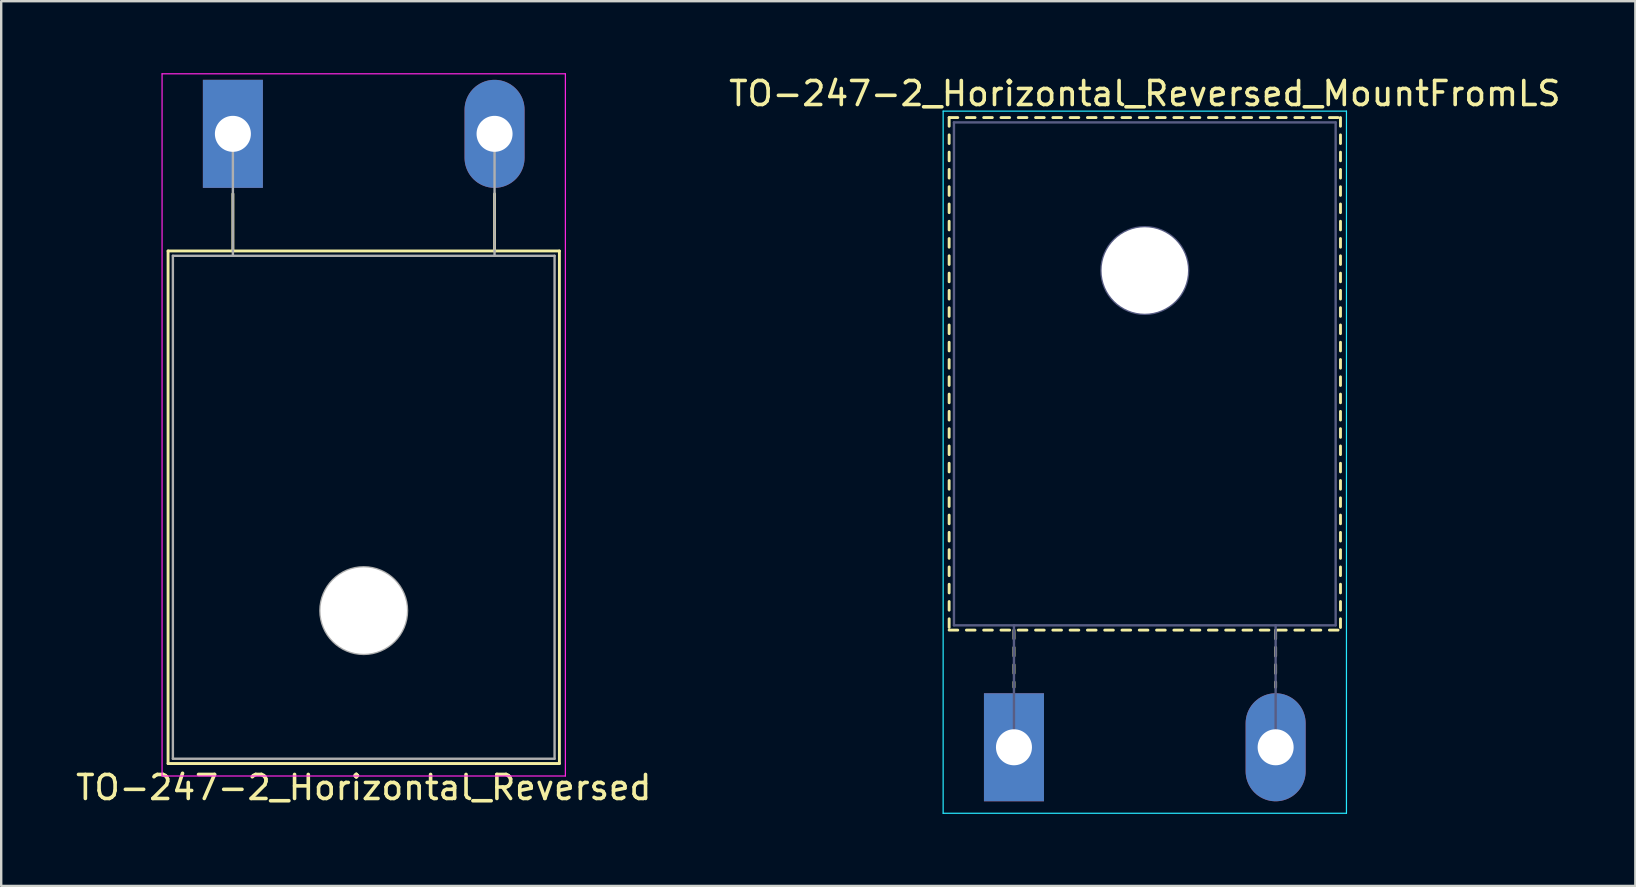
<source format=kicad_pcb>
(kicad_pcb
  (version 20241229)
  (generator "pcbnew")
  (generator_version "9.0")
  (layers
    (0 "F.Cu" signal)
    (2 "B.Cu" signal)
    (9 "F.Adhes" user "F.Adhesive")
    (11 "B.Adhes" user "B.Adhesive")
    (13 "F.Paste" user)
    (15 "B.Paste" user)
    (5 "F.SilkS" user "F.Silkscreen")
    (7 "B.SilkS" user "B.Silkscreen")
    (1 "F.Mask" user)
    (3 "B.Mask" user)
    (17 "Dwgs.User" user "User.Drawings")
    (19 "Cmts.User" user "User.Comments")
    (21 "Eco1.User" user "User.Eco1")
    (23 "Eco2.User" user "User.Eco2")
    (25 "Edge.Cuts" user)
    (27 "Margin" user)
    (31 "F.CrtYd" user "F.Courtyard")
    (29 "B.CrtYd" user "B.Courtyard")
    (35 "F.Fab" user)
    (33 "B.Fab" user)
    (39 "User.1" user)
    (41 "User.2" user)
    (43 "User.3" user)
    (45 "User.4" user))
  (footprint "TO-247-2_Horizontal_Reversed_MountFromLS"
    (layer "F.Cu")
    (at 39.187 28.078)
    (property "Reference" "TO-247-2_Horizontal_Reversed_MountFromLS" (at 5.45 -27.23 0) (layer "F.SilkS") (effects (font (size 1 1) (thickness 0.15))))
    (attr through_hole)
    (fp_line (start -2.7 -26.23) (end -2.7 -25.87) (stroke (width 0.12) (type solid)) (layer "F.SilkS"))
    (fp_line (start -2.7 -26.23) (end -2.341 -26.23) (stroke (width 0.12) (type solid)) (layer "F.SilkS"))
    (fp_line (start -2.7 -25.51) (end -2.7 -25.15) (stroke (width 0.12) (type solid)) (layer "F.SilkS"))
    (fp_line (start -2.7 -24.79) (end -2.7 -24.43) (stroke (width 0.12) (type solid)) (layer "F.SilkS"))
    (fp_line (start -2.7 -24.07) (end -2.7 -23.71) (stroke (width 0.12) (type solid)) (layer "F.SilkS"))
    (fp_line (start -2.7 -23.35) (end -2.7 -22.99) (stroke (width 0.12) (type solid)) (layer "F.SilkS"))
    (fp_line (start -2.7 -22.631) (end -2.7 -22.271) (stroke (width 0.12) (type solid)) (layer "F.SilkS"))
    (fp_line (start -2.7 -21.911) (end -2.7 -21.551) (stroke (width 0.12) (type solid)) (layer "F.SilkS"))
    (fp_line (start -2.7 -21.191) (end -2.7 -20.831) (stroke (width 0.12) (type solid)) (layer "F.SilkS"))
    (fp_line (start -2.7 -20.471) (end -2.7 -20.111) (stroke (width 0.12) (type solid)) (layer "F.SilkS"))
    (fp_line (start -2.7 -19.751) (end -2.7 -19.391) (stroke (width 0.12) (type solid)) (layer "F.SilkS"))
    (fp_line (start -2.7 -19.031) (end -2.7 -18.671) (stroke (width 0.12) (type solid)) (layer "F.SilkS"))
    (fp_line (start -2.7 -18.311) (end -2.7 -17.951) (stroke (width 0.12) (type solid)) (layer "F.SilkS"))
    (fp_line (start -2.7 -17.591) (end -2.7 -17.231) (stroke (width 0.12) (type solid)) (layer "F.SilkS"))
    (fp_line (start -2.7 -16.871) (end -2.7 -16.511) (stroke (width 0.12) (type solid)) (layer "F.SilkS"))
    (fp_line (start -2.7 -16.151) (end -2.7 -15.791) (stroke (width 0.12) (type solid)) (layer "F.SilkS"))
    (fp_line (start -2.7 -15.431) (end -2.7 -15.071) (stroke (width 0.12) (type solid)) (layer "F.SilkS"))
    (fp_line (start -2.7 -14.711) (end -2.7 -14.351) (stroke (width 0.12) (type solid)) (layer "F.SilkS"))
    (fp_line (start -2.7 -13.991) (end -2.7 -13.631) (stroke (width 0.12) (type solid)) (layer "F.SilkS"))
    (fp_line (start -2.7 -13.271) (end -2.7 -12.911) (stroke (width 0.12) (type solid)) (layer "F.SilkS"))
    (fp_line (start -2.7 -12.551) (end -2.7 -12.191) (stroke (width 0.12) (type solid)) (layer "F.SilkS"))
    (fp_line (start -2.7 -11.831) (end -2.7 -11.471) (stroke (width 0.12) (type solid)) (layer "F.SilkS"))
    (fp_line (start -2.7 -11.111) (end -2.7 -10.751) (stroke (width 0.12) (type solid)) (layer "F.SilkS"))
    (fp_line (start -2.7 -10.391) (end -2.7 -10.031) (stroke (width 0.12) (type solid)) (layer "F.SilkS"))
    (fp_line (start -2.7 -9.671) (end -2.7 -9.311) (stroke (width 0.12) (type solid)) (layer "F.SilkS"))
    (fp_line (start -2.7 -8.951) (end -2.7 -8.591) (stroke (width 0.12) (type solid)) (layer "F.SilkS"))
    (fp_line (start -2.7 -8.231) (end -2.7 -7.871) (stroke (width 0.12) (type solid)) (layer "F.SilkS"))
    (fp_line (start -2.7 -7.511) (end -2.7 -7.151) (stroke (width 0.12) (type solid)) (layer "F.SilkS"))
    (fp_line (start -2.7 -6.791) (end -2.7 -6.431) (stroke (width 0.12) (type solid)) (layer "F.SilkS"))
    (fp_line (start -2.7 -6.071) (end -2.7 -5.711) (stroke (width 0.12) (type solid)) (layer "F.SilkS"))
    (fp_line (start -2.7 -5.351) (end -2.7 -4.991) (stroke (width 0.12) (type solid)) (layer "F.SilkS"))
    (fp_line (start -2.7 -4.88) (end -2.341 -4.88) (stroke (width 0.12) (type solid)) (layer "F.SilkS"))
    (fp_line (start -1.981 -26.23) (end -1.621 -26.23) (stroke (width 0.12) (type solid)) (layer "F.SilkS"))
    (fp_line (start -1.981 -4.88) (end -1.621 -4.88) (stroke (width 0.12) (type solid)) (layer "F.SilkS"))
    (fp_line (start -1.261 -26.23) (end -0.901 -26.23) (stroke (width 0.12) (type solid)) (layer "F.SilkS"))
    (fp_line (start -1.261 -4.88) (end -0.901 -4.88) (stroke (width 0.12) (type solid)) (layer "F.SilkS"))
    (fp_line (start -0.541 -26.23) (end -0.181 -26.23) (stroke (width 0.12) (type solid)) (layer "F.SilkS"))
    (fp_line (start -0.541 -4.88) (end -0.181 -4.88) (stroke (width 0.12) (type solid)) (layer "F.SilkS"))
    (fp_line (start 0 -4.88) (end 0 -4.52) (stroke (width 0.12) (type solid)) (layer "F.SilkS"))
    (fp_line (start 0 -4.16) (end 0 -3.8) (stroke (width 0.12) (type solid)) (layer "F.SilkS"))
    (fp_line (start 0 -3.44) (end 0 -3.08) (stroke (width 0.12) (type solid)) (layer "F.SilkS"))
    (fp_line (start 0 -2.72) (end 0 -2.5) (stroke (width 0.12) (type solid)) (layer "F.SilkS"))
    (fp_line (start 0.18 -26.23) (end 0.54 -26.23) (stroke (width 0.12) (type solid)) (layer "F.SilkS"))
    (fp_line (start 0.18 -4.88) (end 0.54 -4.88) (stroke (width 0.12) (type solid)) (layer "F.SilkS"))
    (fp_line (start 0.9 -26.23) (end 1.26 -26.23) (stroke (width 0.12) (type solid)) (layer "F.SilkS"))
    (fp_line (start 0.9 -4.88) (end 1.26 -4.88) (stroke (width 0.12) (type solid)) (layer "F.SilkS"))
    (fp_line (start 1.62 -26.23) (end 1.98 -26.23) (stroke (width 0.12) (type solid)) (layer "F.SilkS"))
    (fp_line (start 1.62 -4.88) (end 1.98 -4.88) (stroke (width 0.12) (type solid)) (layer "F.SilkS"))
    (fp_line (start 2.34 -26.23) (end 2.7 -26.23) (stroke (width 0.12) (type solid)) (layer "F.SilkS"))
    (fp_line (start 2.34 -4.88) (end 2.7 -4.88) (stroke (width 0.12) (type solid)) (layer "F.SilkS"))
    (fp_line (start 3.06 -26.23) (end 3.42 -26.23) (stroke (width 0.12) (type solid)) (layer "F.SilkS"))
    (fp_line (start 3.06 -4.88) (end 3.42 -4.88) (stroke (width 0.12) (type solid)) (layer "F.SilkS"))
    (fp_line (start 3.78 -26.23) (end 4.14 -26.23) (stroke (width 0.12) (type solid)) (layer "F.SilkS"))
    (fp_line (start 3.78 -4.88) (end 4.14 -4.88) (stroke (width 0.12) (type solid)) (layer "F.SilkS"))
    (fp_line (start 4.5 -26.23) (end 4.86 -26.23) (stroke (width 0.12) (type solid)) (layer "F.SilkS"))
    (fp_line (start 4.5 -4.88) (end 4.86 -4.88) (stroke (width 0.12) (type solid)) (layer "F.SilkS"))
    (fp_line (start 5.22 -26.23) (end 5.58 -26.23) (stroke (width 0.12) (type solid)) (layer "F.SilkS"))
    (fp_line (start 5.22 -4.88) (end 5.58 -4.88) (stroke (width 0.12) (type solid)) (layer "F.SilkS"))
    (fp_line (start 5.94 -26.23) (end 6.301 -26.23) (stroke (width 0.12) (type solid)) (layer "F.SilkS"))
    (fp_line (start 5.94 -4.88) (end 6.301 -4.88) (stroke (width 0.12) (type solid)) (layer "F.SilkS"))
    (fp_line (start 6.661 -26.23) (end 7.021 -26.23) (stroke (width 0.12) (type solid)) (layer "F.SilkS"))
    (fp_line (start 6.661 -4.88) (end 7.021 -4.88) (stroke (width 0.12) (type solid)) (layer "F.SilkS"))
    (fp_line (start 7.381 -26.23) (end 7.741 -26.23) (stroke (width 0.12) (type solid)) (layer "F.SilkS"))
    (fp_line (start 7.381 -4.88) (end 7.741 -4.88) (stroke (width 0.12) (type solid)) (layer "F.SilkS"))
    (fp_line (start 8.101 -26.23) (end 8.46 -26.23) (stroke (width 0.12) (type solid)) (layer "F.SilkS"))
    (fp_line (start 8.101 -4.88) (end 8.46 -4.88) (stroke (width 0.12) (type solid)) (layer "F.SilkS"))
    (fp_line (start 8.82 -26.23) (end 9.18 -26.23) (stroke (width 0.12) (type solid)) (layer "F.SilkS"))
    (fp_line (start 8.82 -4.88) (end 9.18 -4.88) (stroke (width 0.12) (type solid)) (layer "F.SilkS"))
    (fp_line (start 9.54 -26.23) (end 9.9 -26.23) (stroke (width 0.12) (type solid)) (layer "F.SilkS"))
    (fp_line (start 9.54 -4.88) (end 9.9 -4.88) (stroke (width 0.12) (type solid)) (layer "F.SilkS"))
    (fp_line (start 10.26 -26.23) (end 10.62 -26.23) (stroke (width 0.12) (type solid)) (layer "F.SilkS"))
    (fp_line (start 10.26 -4.88) (end 10.62 -4.88) (stroke (width 0.12) (type solid)) (layer "F.SilkS"))
    (fp_line (start 10.9 -4.88) (end 10.9 -4.52) (stroke (width 0.12) (type solid)) (layer "F.SilkS"))
    (fp_line (start 10.9 -4.16) (end 10.9 -3.8) (stroke (width 0.12) (type solid)) (layer "F.SilkS"))
    (fp_line (start 10.9 -3.44) (end 10.9 -3.08) (stroke (width 0.12) (type solid)) (layer "F.SilkS"))
    (fp_line (start 10.9 -2.72) (end 10.9 -2.5) (stroke (width 0.12) (type solid)) (layer "F.SilkS"))
    (fp_line (start 10.98 -26.23) (end 11.34 -26.23) (stroke (width 0.12) (type solid)) (layer "F.SilkS"))
    (fp_line (start 10.98 -4.88) (end 11.34 -4.88) (stroke (width 0.12) (type solid)) (layer "F.SilkS"))
    (fp_line (start 11.7 -26.23) (end 12.06 -26.23) (stroke (width 0.12) (type solid)) (layer "F.SilkS"))
    (fp_line (start 11.7 -4.88) (end 12.06 -4.88) (stroke (width 0.12) (type solid)) (layer "F.SilkS"))
    (fp_line (start 12.42 -26.23) (end 12.78 -26.23) (stroke (width 0.12) (type solid)) (layer "F.SilkS"))
    (fp_line (start 12.42 -4.88) (end 12.78 -4.88) (stroke (width 0.12) (type solid)) (layer "F.SilkS"))
    (fp_line (start 13.14 -26.23) (end 13.5 -26.23) (stroke (width 0.12) (type solid)) (layer "F.SilkS"))
    (fp_line (start 13.14 -4.88) (end 13.5 -4.88) (stroke (width 0.12) (type solid)) (layer "F.SilkS"))
    (fp_line (start 13.601 -26.23) (end 13.601 -25.87) (stroke (width 0.12) (type solid)) (layer "F.SilkS"))
    (fp_line (start 13.601 -25.51) (end 13.601 -25.15) (stroke (width 0.12) (type solid)) (layer "F.SilkS"))
    (fp_line (start 13.601 -24.79) (end 13.601 -24.43) (stroke (width 0.12) (type solid)) (layer "F.SilkS"))
    (fp_line (start 13.601 -24.07) (end 13.601 -23.71) (stroke (width 0.12) (type solid)) (layer "F.SilkS"))
    (fp_line (start 13.601 -23.35) (end 13.601 -22.99) (stroke (width 0.12) (type solid)) (layer "F.SilkS"))
    (fp_line (start 13.601 -22.631) (end 13.601 -22.271) (stroke (width 0.12) (type solid)) (layer "F.SilkS"))
    (fp_line (start 13.601 -21.911) (end 13.601 -21.551) (stroke (width 0.12) (type solid)) (layer "F.SilkS"))
    (fp_line (start 13.601 -21.191) (end 13.601 -20.831) (stroke (width 0.12) (type solid)) (layer "F.SilkS"))
    (fp_line (start 13.601 -20.471) (end 13.601 -20.111) (stroke (width 0.12) (type solid)) (layer "F.SilkS"))
    (fp_line (start 13.601 -19.751) (end 13.601 -19.391) (stroke (width 0.12) (type solid)) (layer "F.SilkS"))
    (fp_line (start 13.601 -19.031) (end 13.601 -18.671) (stroke (width 0.12) (type solid)) (layer "F.SilkS"))
    (fp_line (start 13.601 -18.311) (end 13.601 -17.951) (stroke (width 0.12) (type solid)) (layer "F.SilkS"))
    (fp_line (start 13.601 -17.591) (end 13.601 -17.231) (stroke (width 0.12) (type solid)) (layer "F.SilkS"))
    (fp_line (start 13.601 -16.871) (end 13.601 -16.511) (stroke (width 0.12) (type solid)) (layer "F.SilkS"))
    (fp_line (start 13.601 -16.151) (end 13.601 -15.791) (stroke (width 0.12) (type solid)) (layer "F.SilkS"))
    (fp_line (start 13.601 -15.431) (end 13.601 -15.071) (stroke (width 0.12) (type solid)) (layer "F.SilkS"))
    (fp_line (start 13.601 -14.711) (end 13.601 -14.351) (stroke (width 0.12) (type solid)) (layer "F.SilkS"))
    (fp_line (start 13.601 -13.991) (end 13.601 -13.631) (stroke (width 0.12) (type solid)) (layer "F.SilkS"))
    (fp_line (start 13.601 -13.271) (end 13.601 -12.911) (stroke (width 0.12) (type solid)) (layer "F.SilkS"))
    (fp_line (start 13.601 -12.551) (end 13.601 -12.191) (stroke (width 0.12) (type solid)) (layer "F.SilkS"))
    (fp_line (start 13.601 -11.831) (end 13.601 -11.471) (stroke (width 0.12) (type solid)) (layer "F.SilkS"))
    (fp_line (start 13.601 -11.111) (end 13.601 -10.751) (stroke (width 0.12) (type solid)) (layer "F.SilkS"))
    (fp_line (start 13.601 -10.391) (end 13.601 -10.031) (stroke (width 0.12) (type solid)) (layer "F.SilkS"))
    (fp_line (start 13.601 -9.671) (end 13.601 -9.311) (stroke (width 0.12) (type solid)) (layer "F.SilkS"))
    (fp_line (start 13.601 -8.951) (end 13.601 -8.591) (stroke (width 0.12) (type solid)) (layer "F.SilkS"))
    (fp_line (start 13.601 -8.231) (end 13.601 -7.871) (stroke (width 0.12) (type solid)) (layer "F.SilkS"))
    (fp_line (start 13.601 -7.511) (end 13.601 -7.151) (stroke (width 0.12) (type solid)) (layer "F.SilkS"))
    (fp_line (start 13.601 -6.791) (end 13.601 -6.431) (stroke (width 0.12) (type solid)) (layer "F.SilkS"))
    (fp_line (start 13.601 -6.071) (end 13.601 -5.711) (stroke (width 0.12) (type solid)) (layer "F.SilkS"))
    (fp_line (start 13.601 -5.351) (end 13.601 -4.991) (stroke (width 0.12) (type solid)) (layer "F.SilkS"))
    (fp_line (start -2.95 -26.5) (end -2.95 2.75) (stroke (width 0.05) (type solid)) (layer "B.CrtYd"))
    (fp_line (start -2.95 2.75) (end 13.85 2.75) (stroke (width 0.05) (type solid)) (layer "B.CrtYd"))
    (fp_line (start 13.85 -26.5) (end -2.95 -26.5) (stroke (width 0.05) (type solid)) (layer "B.CrtYd"))
    (fp_line (start 13.85 2.75) (end 13.85 -26.5) (stroke (width 0.05) (type solid)) (layer "B.CrtYd"))
    (fp_line (start -2.5 -26.03) (end 13.4 -26.03) (stroke (width 0.1) (type solid)) (layer "B.Fab"))
    (fp_line (start -2.5 -5.08) (end -2.5 -26.03) (stroke (width 0.1) (type solid)) (layer "B.Fab"))
    (fp_line (start 0 -5.08) (end 0 0) (stroke (width 0.1) (type solid)) (layer "B.Fab"))
    (fp_line (start 10.9 -5.08) (end 10.9 0) (stroke (width 0.1) (type solid)) (layer "B.Fab"))
    (fp_line (start 13.4 -26.03) (end 13.4 -5.08) (stroke (width 0.1) (type solid)) (layer "B.Fab"))
    (fp_line (start 13.4 -5.08) (end -2.5 -5.08) (stroke (width 0.1) (type solid)) (layer "B.Fab"))
    (fp_circle (center 5.45 -19.86) (end 7.255 -19.86) (stroke (width 0.1) (type solid)) (fill no) (layer "B.Fab"))
    (pad "" np_thru_hole oval (at 5.45 -19.86) (size 3.6 3.6) (drill 3.6) (layers "*.Cu" "*.Mask"))
    (pad "1" thru_hole rect (at 0 0) (size 2.5 4.5) (drill 1.5) (layers "*.Cu" "*.Mask"))
    (pad "2" thru_hole oval (at 10.9 0) (size 2.5 4.5) (drill 1.5) (layers "*.Cu" "*.Mask")))
  (footprint "TO-247-2_Horizontal_Reversed"
    (layer "F.Cu")
    (at 6.651 2.525)
    (property "Reference" "TO-247-2_Horizontal_Reversed" (at 5.45 27.23 0) (layer "F.SilkS") (effects (font (size 1 1) (thickness 0.15))))
    (attr through_hole)
    (fp_line (start -2.7 4.88) (end -2.7 26.23) (stroke (width 0.12) (type solid)) (layer "F.SilkS"))
    (fp_line (start -2.7 4.88) (end 13.601 4.88) (stroke (width 0.12) (type solid)) (layer "F.SilkS"))
    (fp_line (start -2.7 26.23) (end 13.601 26.23) (stroke (width 0.12) (type solid)) (layer "F.SilkS"))
    (fp_line (start 0 2.5) (end 0 4.88) (stroke (width 0.12) (type solid)) (layer "F.SilkS"))
    (fp_line (start 10.9 2.5) (end 10.9 4.88) (stroke (width 0.12) (type solid)) (layer "F.SilkS"))
    (fp_line (start 13.601 4.88) (end 13.601 26.23) (stroke (width 0.12) (type solid)) (layer "F.SilkS"))
    (fp_line (start -2.95 -2.5) (end -2.95 26.75) (stroke (width 0.05) (type solid)) (layer "F.CrtYd"))
    (fp_line (start -2.95 26.75) (end 13.85 26.75) (stroke (width 0.05) (type solid)) (layer "F.CrtYd"))
    (fp_line (start 13.85 -2.5) (end -2.95 -2.5) (stroke (width 0.05) (type solid)) (layer "F.CrtYd"))
    (fp_line (start 13.85 26.75) (end 13.85 -2.5) (stroke (width 0.05) (type solid)) (layer "F.CrtYd"))
    (fp_line (start -2.5 5.08) (end -2.5 26.03) (stroke (width 0.1) (type solid)) (layer "F.Fab"))
    (fp_line (start -2.5 26.03) (end 13.4 26.03) (stroke (width 0.1) (type solid)) (layer "F.Fab"))
    (fp_line (start 0 5.08) (end 0 0) (stroke (width 0.1) (type solid)) (layer "F.Fab"))
    (fp_line (start 10.9 5.08) (end 10.9 0) (stroke (width 0.1) (type solid)) (layer "F.Fab"))
    (fp_line (start 13.4 5.08) (end -2.5 5.08) (stroke (width 0.1) (type solid)) (layer "F.Fab"))
    (fp_line (start 13.4 26.03) (end 13.4 5.08) (stroke (width 0.1) (type solid)) (layer "F.Fab"))
    (fp_circle (center 5.45 19.86) (end 7.255 19.86) (stroke (width 0.1) (type solid)) (fill no) (layer "F.Fab"))
    (pad "" np_thru_hole oval (at 5.45 19.86) (size 3.6 3.6) (drill 3.6) (layers "*.Cu" "*.Mask"))
    (pad "1" thru_hole rect (at 0 0) (size 2.5 4.5) (drill 1.5) (layers "*.Cu" "*.Mask"))
    (pad "2" thru_hole oval (at 10.9 0) (size 2.5 4.5) (drill 1.5) (layers "*.Cu" "*.Mask")))
  (gr_rect
    (start -3 -3)
    (end 65.071 33.853)
    (stroke (width 0.1) (type default))
    (fill no)
    (layer "Edge.Cuts")))
</source>
